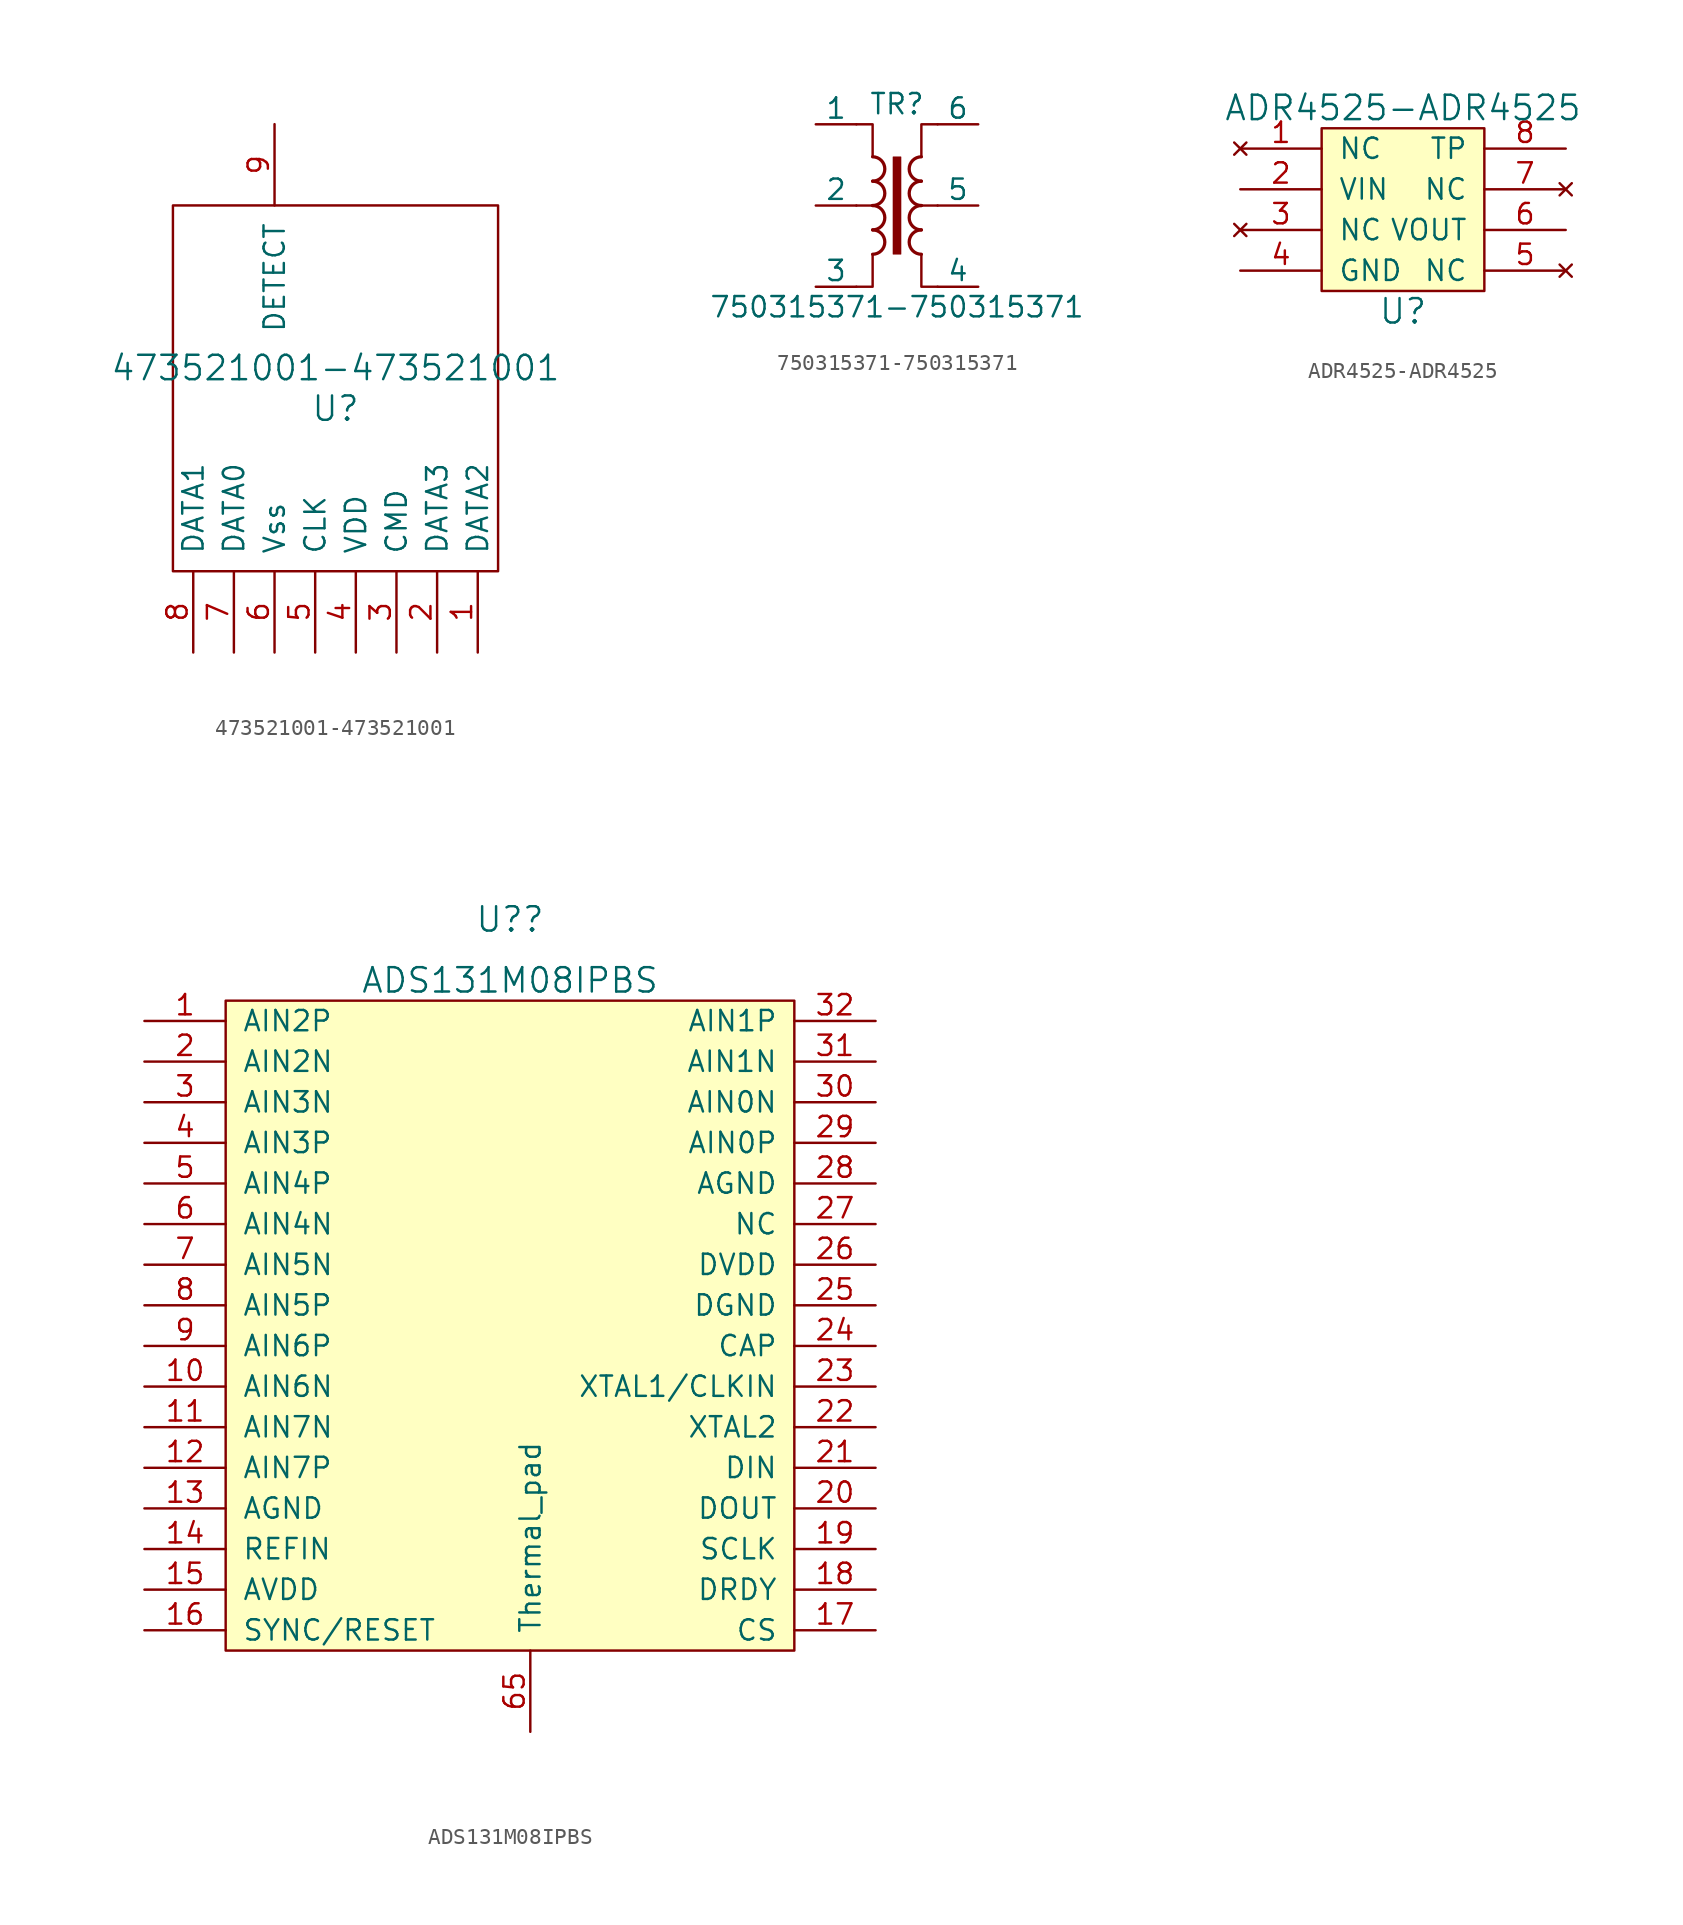
<source format=kicad_sym>
(kicad_symbol_lib
  (version 20210619)
  (generator kicad_symbol_editor)
  (symbol "ads131:473521001-473521001"
    (pin_names
      (offset 1.016))
    (property "Reference" "U"
      (at 0 -1.27 0)
      (effects (font (size 1.524 1.524))))
    (property "Value" "473521001-473521001"
      (at 0 1.27 0)
      (effects (font (size 1.524 1.524))))
    (symbol "473521001-473521001_0_1"
      (rectangle (start -10.16 11.43) (end 10.16 -11.43) (stroke (width 0)) (fill (type none))))
    (symbol "473521001-473521001_1_1"
      (pin input line (at 8.89 -16.51 90) (length 5.08) (name "DATA2" (effects (font (size 1.27 1.27)))) (number "1" (effects (font (size 1.27 1.27)))))
      (pin input line (at 6.35 -16.51 90) (length 5.08) (name "DATA3" (effects (font (size 1.27 1.27)))) (number "2" (effects (font (size 1.27 1.27)))))
      (pin input line (at 3.81 -16.51 90) (length 5.08) (name "CMD" (effects (font (size 1.27 1.27)))) (number "3" (effects (font (size 1.27 1.27)))))
      (pin input line (at 1.27 -16.51 90) (length 5.08) (name "VDD" (effects (font (size 1.27 1.27)))) (number "4" (effects (font (size 1.27 1.27)))))
      (pin input line (at -1.27 -16.51 90) (length 5.08) (name "CLK" (effects (font (size 1.27 1.27)))) (number "5" (effects (font (size 1.27 1.27)))))
      (pin input line (at -3.81 -16.51 90) (length 5.08) (name "Vss" (effects (font (size 1.27 1.27)))) (number "6" (effects (font (size 1.27 1.27)))))
      (pin input line (at -6.35 -16.51 90) (length 5.08) (name "DATA0" (effects (font (size 1.27 1.27)))) (number "7" (effects (font (size 1.27 1.27)))))
      (pin input line (at -8.89 -16.51 90) (length 5.08) (name "DATA1" (effects (font (size 1.27 1.27)))) (number "8" (effects (font (size 1.27 1.27)))))
      (pin input line (at -3.81 16.51 270) (length 5.08) (name "DETECT" (effects (font (size 1.27 1.27)))) (number "9" (effects (font (size 1.27 1.27)))))))
  (symbol "ads131:750315371-750315371"
    (pin_numbers hide)
    (pin_names
      (offset 0))
    (property "Reference" "TR"
      (at 0 6.35 0)
      (effects (font (size 1.27 1.27))))
    (property "Value" "750315371-750315371"
      (at 0 -6.35 0)
      (effects (font (size 1.27 1.27))))
    (symbol "750315371-750315371_0_1"
      (arc (start -1.524 -3.048) (end -1.524 -1.524) (radius (at -1.524 -2.286) (length 0.762) (angles -89.9 89.9)) (stroke (width 0.2032)) (fill (type none)))
      (arc (start -1.524 -1.524) (end -1.524 0) (radius (at -1.524 -0.762) (length 0.762) (angles -89.9 89.9)) (stroke (width 0.2032)) (fill (type none)))
      (arc (start -1.524 0) (end -1.524 1.524) (radius (at -1.524 0.762) (length 0.762) (angles -89.9 89.9)) (stroke (width 0.2032)) (fill (type none)))
      (arc (start -1.524 1.524) (end -1.524 3.048) (radius (at -1.524 2.286) (length 0.762) (angles -89.9 89.9)) (stroke (width 0.2032)) (fill (type none)))
      (arc (start 1.524 -1.524) (end 1.524 -3.048) (radius (at 1.524 -2.286) (length 0.762) (angles 90.1 -90.1)) (stroke (width 0.2032)) (fill (type none)))
      (arc (start 1.524 0) (end 1.524 -1.524) (radius (at 1.524 -0.762) (length 0.762) (angles 90.1 -90.1)) (stroke (width 0.2032)) (fill (type none)))
      (arc (start 1.524 1.524) (end 1.524 0) (radius (at 1.524 0.762) (length 0.762) (angles 90.1 -90.1)) (stroke (width 0.2032)) (fill (type none)))
      (arc (start 1.524 3.048) (end 1.524 1.524) (radius (at 1.524 2.286) (length 0.762) (angles 90.1 -90.1)) (stroke (width 0.2032)) (fill (type none)))
      (rectangle (start -0.254 3.048) (end 0.254 -3.048) (stroke (width 0.025)) (fill (type outline)))
      (polyline (pts (xy -2.54 5.08) (xy -1.524 5.08) (xy -1.524 3.048) (xy -1.524 3.048)) (stroke (width 0.152)) (fill (type none)))
      (polyline (pts (xy -1.524 -3.048) (xy -1.524 -5.08) (xy -2.54 -5.08) (xy -2.54 -5.08)) (stroke (width 0.152)) (fill (type none)))
      (polyline (pts (xy 1.524 3.048) (xy 1.524 5.08) (xy 2.54 5.08) (xy 2.54 5.08)) (stroke (width 0.152)) (fill (type none)))
      (polyline (pts (xy 2.54 -5.08) (xy 1.524 -5.08) (xy 1.524 -3.048) (xy 1.524 -3.048)) (stroke (width 0.152)) (fill (type none)))
      (polyline (pts (xy -1.524 0) (xy -2.54 0) (xy -2.54 0)) (stroke (width 0)) (fill (type outline)))
      (polyline (pts (xy 1.524 0) (xy 2.54 0) (xy 2.54 0)) (stroke (width 0)) (fill (type outline))))
    (symbol "750315371-750315371_1_1"
      (pin passive line (at -5.08 5.08 0) (length 2.54) (name "1" (effects (font (size 1.27 1.27)))) (number "1" (effects (font (size 1.27 1.27)))))
      (pin passive line (at -5.08 0 0) (length 2.54) (name "2" (effects (font (size 1.27 1.27)))) (number "2" (effects (font (size 1.27 1.27)))))
      (pin passive line (at -5.08 -5.08 0) (length 2.54) (name "3" (effects (font (size 1.27 1.27)))) (number "3" (effects (font (size 1.27 1.27)))))
      (pin passive line (at 5.08 -5.08 180) (length 2.54) (name "4" (effects (font (size 1.27 1.27)))) (number "4" (effects (font (size 1.27 1.27)))))
      (pin passive line (at 5.08 0 180) (length 2.54) (name "5" (effects (font (size 1.27 1.27)))) (number "5" (effects (font (size 1.27 1.27)))))
      (pin passive line (at 5.08 5.08 180) (length 2.54) (name "6" (effects (font (size 1.27 1.27)))) (number "6" (effects (font (size 1.27 1.27)))))))
  (symbol "ads131:ADR4525-ADR4525"
    (pin_names
      (offset 1.016))
    (property "Reference" "U"
      (at 0 -6.35 0)
      (effects (font (size 1.524 1.524))))
    (property "Value" "ADR4525-ADR4525"
      (at 0 6.35 0)
      (effects (font (size 1.524 1.524))))
    (symbol "ADR4525-ADR4525_0_1"
      (rectangle (start -5.08 -5.08) (end 5.08 5.08) (stroke (width 0)) (fill (type background))))
    (symbol "ADR4525-ADR4525_1_1"
      (pin no_connect line (at -10.16 3.81 0) (length 5.08) (name "NC" (effects (font (size 1.27 1.27)))) (number "1" (effects (font (size 1.27 1.27)))))
      (pin power_in line (at -10.16 1.27 0) (length 5.08) (name "VIN" (effects (font (size 1.27 1.27)))) (number "2" (effects (font (size 1.27 1.27)))))
      (pin no_connect line (at -10.16 -1.27 0) (length 5.08) (name "NC" (effects (font (size 1.27 1.27)))) (number "3" (effects (font (size 1.27 1.27)))))
      (pin power_in line (at -10.16 -3.81 0) (length 5.08) (name "GND" (effects (font (size 1.27 1.27)))) (number "4" (effects (font (size 1.27 1.27)))))
      (pin no_connect line (at 10.16 -3.81 180) (length 5.08) (name "NC" (effects (font (size 1.27 1.27)))) (number "5" (effects (font (size 1.27 1.27)))))
      (pin power_out line (at 10.16 -1.27 180) (length 5.08) (name "VOUT" (effects (font (size 1.27 1.27)))) (number "6" (effects (font (size 1.27 1.27)))))
      (pin no_connect line (at 10.16 1.27 180) (length 5.08) (name "NC" (effects (font (size 1.27 1.27)))) (number "7" (effects (font (size 1.27 1.27)))))
      (pin unspecified line (at 10.16 3.81 180) (length 5.08) (name "TP" (effects (font (size 1.27 1.27)))) (number "8" (effects (font (size 1.27 1.27)))))))
  (symbol "ads131:ADS131M08IPBS"
    (pin_names
      (offset 1.016))
    (property "Reference" "U?"
      (at -1.27 44.45 0)
      (effects (font (size 1.524 1.524))))
    (property "Value" "ADS131M08IPBS"
      (at -1.27 40.64 0)
      (effects (font (size 1.524 1.524))))
    (property "Datasheet" ""
      (at 0 0 0)
      (effects (font (size 1.524 1.524))))
    (symbol "ADS131M08IPBS_0_1"
      (rectangle (start -19.05 39.37) (end 16.51 -1.27) (stroke (width 0)) (fill (type background))))
    (symbol "ADS131M08IPBS_1_1"
      (pin input line (at -24.13 38.1 0) (length 5.08) (name "AIN2P" (effects (font (size 1.27 1.27)))) (number "1" (effects (font (size 1.27 1.27)))))
      (pin input line (at -24.13 15.24 0) (length 5.08) (name "AIN6N" (effects (font (size 1.27 1.27)))) (number "10" (effects (font (size 1.27 1.27)))))
      (pin input line (at -24.13 12.7 0) (length 5.08) (name "AIN7N" (effects (font (size 1.27 1.27)))) (number "11" (effects (font (size 1.27 1.27)))))
      (pin input line (at -24.13 10.16 0) (length 5.08) (name "AIN7P" (effects (font (size 1.27 1.27)))) (number "12" (effects (font (size 1.27 1.27)))))
      (pin input line (at -24.13 7.62 0) (length 5.08) (name "AGND" (effects (font (size 1.27 1.27)))) (number "13" (effects (font (size 1.27 1.27)))))
      (pin input line (at -24.13 5.08 0) (length 5.08) (name "REFIN" (effects (font (size 1.27 1.27)))) (number "14" (effects (font (size 1.27 1.27)))))
      (pin input line (at -24.13 2.54 0) (length 5.08) (name "AVDD" (effects (font (size 1.27 1.27)))) (number "15" (effects (font (size 1.27 1.27)))))
      (pin input line (at -24.13 0 0) (length 5.08) (name "SYNC/RESET" (effects (font (size 1.27 1.27)))) (number "16" (effects (font (size 1.27 1.27)))))
      (pin input line (at 21.59 0 180) (length 5.08) (name "CS" (effects (font (size 1.27 1.27)))) (number "17" (effects (font (size 1.27 1.27)))))
      (pin input line (at 21.59 2.54 180) (length 5.08) (name "DRDY" (effects (font (size 1.27 1.27)))) (number "18" (effects (font (size 1.27 1.27)))))
      (pin input line (at 21.59 5.08 180) (length 5.08) (name "SCLK" (effects (font (size 1.27 1.27)))) (number "19" (effects (font (size 1.27 1.27)))))
      (pin input line (at -24.13 35.56 0) (length 5.08) (name "AIN2N" (effects (font (size 1.27 1.27)))) (number "2" (effects (font (size 1.27 1.27)))))
      (pin input line (at 21.59 7.62 180) (length 5.08) (name "DOUT" (effects (font (size 1.27 1.27)))) (number "20" (effects (font (size 1.27 1.27)))))
      (pin input line (at 21.59 10.16 180) (length 5.08) (name "DIN" (effects (font (size 1.27 1.27)))) (number "21" (effects (font (size 1.27 1.27)))))
      (pin input line (at 21.59 12.7 180) (length 5.08) (name "XTAL2" (effects (font (size 1.27 1.27)))) (number "22" (effects (font (size 1.27 1.27)))))
      (pin input line (at 21.59 15.24 180) (length 5.08) (name "XTAL1/CLKIN" (effects (font (size 1.27 1.27)))) (number "23" (effects (font (size 1.27 1.27)))))
      (pin input line (at 21.59 17.78 180) (length 5.08) (name "CAP" (effects (font (size 1.27 1.27)))) (number "24" (effects (font (size 1.27 1.27)))))
      (pin input line (at 21.59 20.32 180) (length 5.08) (name "DGND" (effects (font (size 1.27 1.27)))) (number "25" (effects (font (size 1.27 1.27)))))
      (pin input line (at 21.59 22.86 180) (length 5.08) (name "DVDD" (effects (font (size 1.27 1.27)))) (number "26" (effects (font (size 1.27 1.27)))))
      (pin input line (at 21.59 25.4 180) (length 5.08) (name "NC" (effects (font (size 1.27 1.27)))) (number "27" (effects (font (size 1.27 1.27)))))
      (pin input line (at 21.59 27.94 180) (length 5.08) (name "AGND" (effects (font (size 1.27 1.27)))) (number "28" (effects (font (size 1.27 1.27)))))
      (pin input line (at 21.59 30.48 180) (length 5.08) (name "AIN0P" (effects (font (size 1.27 1.27)))) (number "29" (effects (font (size 1.27 1.27)))))
      (pin input line (at -24.13 33.02 0) (length 5.08) (name "AIN3N" (effects (font (size 1.27 1.27)))) (number "3" (effects (font (size 1.27 1.27)))))
      (pin input line (at 21.59 33.02 180) (length 5.08) (name "AIN0N" (effects (font (size 1.27 1.27)))) (number "30" (effects (font (size 1.27 1.27)))))
      (pin input line (at 21.59 35.56 180) (length 5.08) (name "AIN1N" (effects (font (size 1.27 1.27)))) (number "31" (effects (font (size 1.27 1.27)))))
      (pin input line (at 21.59 38.1 180) (length 5.08) (name "AIN1P" (effects (font (size 1.27 1.27)))) (number "32" (effects (font (size 1.27 1.27)))))
      (pin input line (at -24.13 30.48 0) (length 5.08) (name "AIN3P" (effects (font (size 1.27 1.27)))) (number "4" (effects (font (size 1.27 1.27)))))
      (pin input line (at -24.13 27.94 0) (length 5.08) (name "AIN4P" (effects (font (size 1.27 1.27)))) (number "5" (effects (font (size 1.27 1.27)))))
      (pin input line (at -24.13 25.4 0) (length 5.08) (name "AIN4N" (effects (font (size 1.27 1.27)))) (number "6" (effects (font (size 1.27 1.27)))))
      (pin power_in line (at 0 -6.35 90) (length 5.08) (name "Thermal_pad" (effects (font (size 1.27 1.27)))) (number "65" (effects (font (size 1.27 1.27)))))
      (pin input line (at -24.13 22.86 0) (length 5.08) (name "AIN5N" (effects (font (size 1.27 1.27)))) (number "7" (effects (font (size 1.27 1.27)))))
      (pin input line (at -24.13 20.32 0) (length 5.08) (name "AIN5P" (effects (font (size 1.27 1.27)))) (number "8" (effects (font (size 1.27 1.27)))))
      (pin input line (at -24.13 17.78 0) (length 5.08) (name "AIN6P" (effects (font (size 1.27 1.27)))) (number "9" (effects (font (size 1.27 1.27))))))))
</source>
